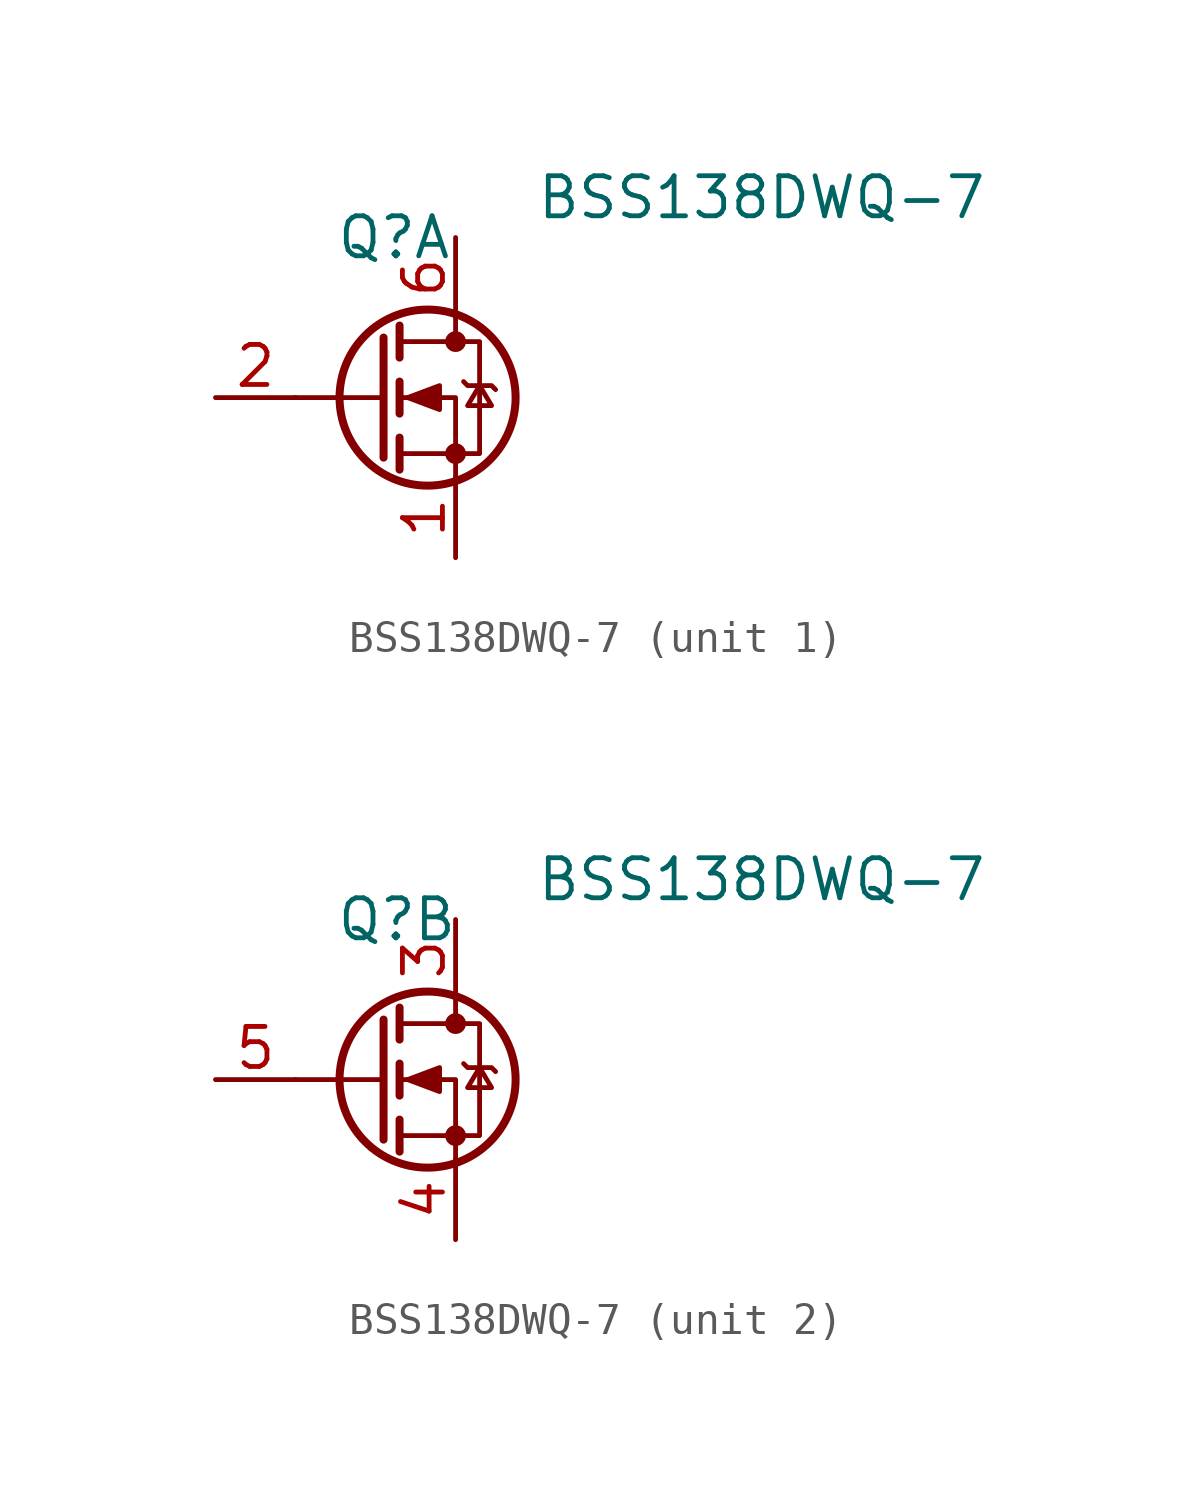
<source format=kicad_sym>
(kicad_symbol_lib
  (version 20211014)
  (generator kicad_symbol_editor)
  (symbol "BSS138DWQ-7"
    (pin_names
      (offset 0.762) hide)
    (property "Reference" "Q"
      (at -2.54 5.08 0)
      (effects (font (size 1.27 1.27)) (justify left)))
    (property "Value" "BSS138DWQ-7"
      (at 3.81 6.35 0)
      (effects (font (size 1.27 1.27)) (justify left)))
    (property "ki_locked" ""
      (at 0 0 0)
      (effects (font (size 1.27 1.27))))
    (symbol "BSS138DWQ-7_1_1"
      (polyline (pts (xy -1.016 0) (xy -3.81 0)) (stroke (width 0) (type default) (color 0 0 0 0)) (fill (type none)))
      (polyline (pts (xy -1.016 1.905) (xy -1.016 -1.905)) (stroke (width 0.254) (type default) (color 0 0 0 0)) (fill (type none)))
      (polyline (pts (xy -0.508 -1.27) (xy -0.508 -2.286)) (stroke (width 0.254) (type default) (color 0 0 0 0)) (fill (type none)))
      (polyline (pts (xy -0.508 0.508) (xy -0.508 -0.508)) (stroke (width 0.254) (type default) (color 0 0 0 0)) (fill (type none)))
      (polyline (pts (xy -0.508 2.286) (xy -0.508 1.27)) (stroke (width 0.254) (type default) (color 0 0 0 0)) (fill (type none)))
      (polyline (pts (xy 1.27 2.54) (xy 1.27 1.778)) (stroke (width 0) (type default) (color 0 0 0 0)) (fill (type none)))
      (polyline (pts (xy 1.27 -2.54) (xy 1.27 0) (xy -0.508 0)) (stroke (width 0) (type default) (color 0 0 0 0)) (fill (type none)))
      (polyline (pts (xy -0.508 -1.778) (xy 2.032 -1.778) (xy 2.032 1.778) (xy -0.508 1.778)) (stroke (width 0) (type default) (color 0 0 0 0)) (fill (type none)))
      (polyline (pts (xy -0.254 0) (xy 0.762 0.381) (xy 0.762 -0.381) (xy -0.254 0)) (stroke (width 0) (type default) (color 0 0 0 0)) (fill (type outline)))
      (polyline (pts (xy 1.524 0.508) (xy 1.651 0.381) (xy 2.413 0.381) (xy 2.54 0.254)) (stroke (width 0) (type default) (color 0 0 0 0)) (fill (type none)))
      (polyline (pts (xy 2.032 0.381) (xy 1.651 -0.254) (xy 2.413 -0.254) (xy 2.032 0.381)) (stroke (width 0) (type default) (color 0 0 0 0)) (fill (type none)))
      (circle (center 0.381 0) (radius 2.794) (stroke (width 0.254) (type default) (color 0 0 0 0)) (fill (type none)))
      (circle (center 1.27 -1.778) (radius 0.254) (stroke (width 0) (type default) (color 0 0 0 0)) (fill (type outline)))
      (circle (center 1.27 1.778) (radius 0.254) (stroke (width 0) (type default) (color 0 0 0 0)) (fill (type outline)))
      (pin passive line (at 1.27 -5.08 90) (length 2.54) (name "S2" (effects (font (size 1.27 1.27)))) (number "1" (effects (font (size 1.27 1.27)))))
      (pin input line (at -6.35 0 0) (length 2.54) (name "G2" (effects (font (size 1.27 1.27)))) (number "2" (effects (font (size 1.27 1.27)))))
      (pin passive line (at 1.27 5.08 270) (length 2.54) (name "D1" (effects (font (size 1.27 1.27)))) (number "6" (effects (font (size 1.27 1.27))))))
    (symbol "BSS138DWQ-7_2_1"
      (polyline (pts (xy -1.016 0) (xy -3.81 0)) (stroke (width 0) (type default) (color 0 0 0 0)) (fill (type none)))
      (polyline (pts (xy -1.016 1.905) (xy -1.016 -1.905)) (stroke (width 0.254) (type default) (color 0 0 0 0)) (fill (type none)))
      (polyline (pts (xy -0.508 -1.27) (xy -0.508 -2.286)) (stroke (width 0.254) (type default) (color 0 0 0 0)) (fill (type none)))
      (polyline (pts (xy -0.508 0.508) (xy -0.508 -0.508)) (stroke (width 0.254) (type default) (color 0 0 0 0)) (fill (type none)))
      (polyline (pts (xy -0.508 2.286) (xy -0.508 1.27)) (stroke (width 0.254) (type default) (color 0 0 0 0)) (fill (type none)))
      (polyline (pts (xy 1.27 2.54) (xy 1.27 1.778)) (stroke (width 0) (type default) (color 0 0 0 0)) (fill (type none)))
      (polyline (pts (xy 1.27 -2.54) (xy 1.27 0) (xy -0.508 0)) (stroke (width 0) (type default) (color 0 0 0 0)) (fill (type none)))
      (polyline (pts (xy -0.508 -1.778) (xy 2.032 -1.778) (xy 2.032 1.778) (xy -0.508 1.778)) (stroke (width 0) (type default) (color 0 0 0 0)) (fill (type none)))
      (polyline (pts (xy -0.254 0) (xy 0.762 0.381) (xy 0.762 -0.381) (xy -0.254 0)) (stroke (width 0) (type default) (color 0 0 0 0)) (fill (type outline)))
      (polyline (pts (xy 1.524 0.508) (xy 1.651 0.381) (xy 2.413 0.381) (xy 2.54 0.254)) (stroke (width 0) (type default) (color 0 0 0 0)) (fill (type none)))
      (polyline (pts (xy 2.032 0.381) (xy 1.651 -0.254) (xy 2.413 -0.254) (xy 2.032 0.381)) (stroke (width 0) (type default) (color 0 0 0 0)) (fill (type none)))
      (circle (center 0.381 0) (radius 2.794) (stroke (width 0.254) (type default) (color 0 0 0 0)) (fill (type none)))
      (circle (center 1.27 -1.778) (radius 0.254) (stroke (width 0) (type default) (color 0 0 0 0)) (fill (type outline)))
      (circle (center 1.27 1.778) (radius 0.254) (stroke (width 0) (type default) (color 0 0 0 0)) (fill (type outline)))
      (pin passive line (at 1.27 5.08 270) (length 2.54) (name "D2" (effects (font (size 1.27 1.27)))) (number "3" (effects (font (size 1.27 1.27)))))
      (pin passive line (at 1.27 -5.08 90) (length 2.54) (name "S1" (effects (font (size 1.27 1.27)))) (number "4" (effects (font (size 1.27 1.27)))))
      (pin input line (at -6.35 0 0) (length 2.54) (name "G1" (effects (font (size 1.27 1.27)))) (number "5" (effects (font (size 1.27 1.27))))))))
</source>
